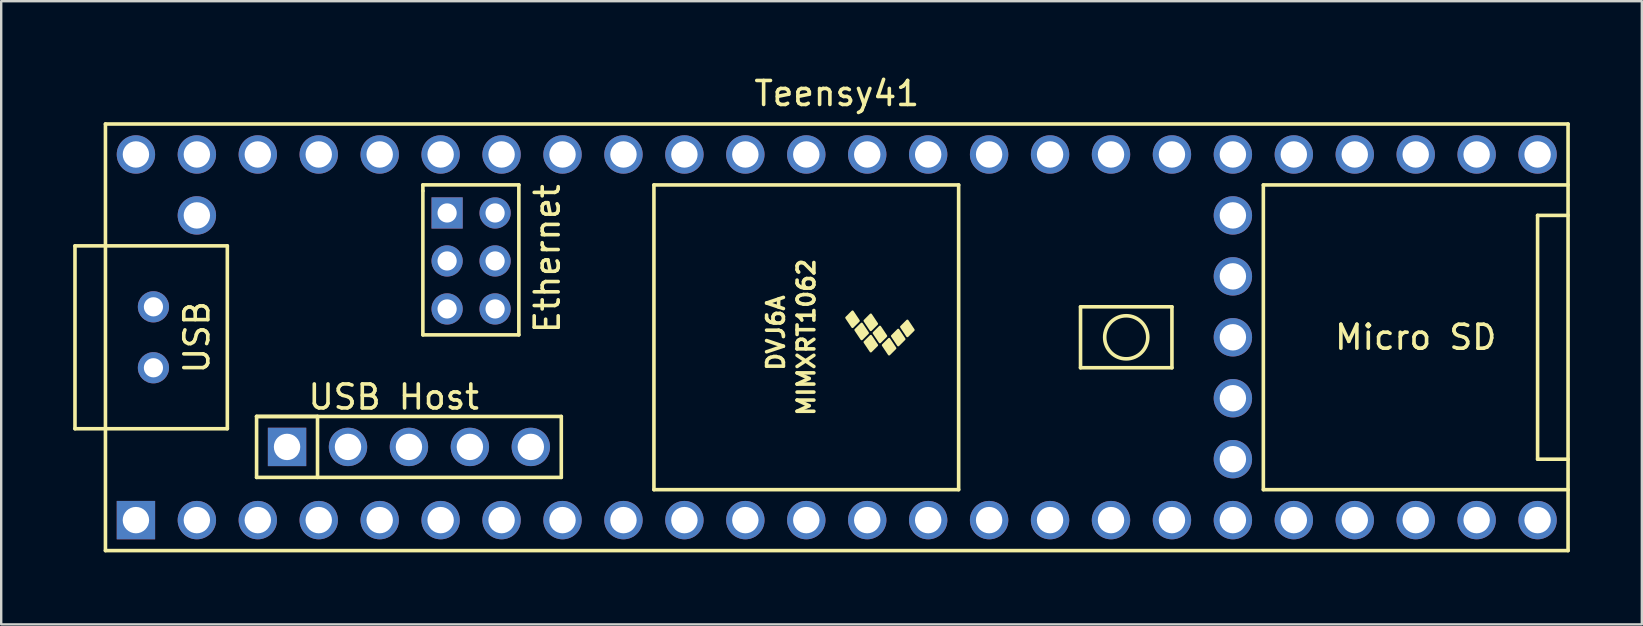
<source format=kicad_pcb>
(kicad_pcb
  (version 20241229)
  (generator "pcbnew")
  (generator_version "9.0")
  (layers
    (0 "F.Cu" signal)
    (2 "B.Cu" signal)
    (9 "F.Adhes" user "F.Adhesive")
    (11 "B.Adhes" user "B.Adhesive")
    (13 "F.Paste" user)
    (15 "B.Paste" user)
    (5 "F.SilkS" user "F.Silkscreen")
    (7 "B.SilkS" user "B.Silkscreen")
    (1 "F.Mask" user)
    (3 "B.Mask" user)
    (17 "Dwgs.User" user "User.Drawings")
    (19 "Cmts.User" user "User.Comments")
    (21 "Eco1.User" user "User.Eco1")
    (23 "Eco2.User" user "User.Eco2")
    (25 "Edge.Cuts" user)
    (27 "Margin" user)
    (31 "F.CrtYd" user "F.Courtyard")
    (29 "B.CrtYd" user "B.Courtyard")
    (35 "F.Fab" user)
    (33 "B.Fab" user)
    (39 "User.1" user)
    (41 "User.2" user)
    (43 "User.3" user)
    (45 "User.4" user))
  (footprint "Teensy41"
    (layer "F.Cu")
    (at 31.825 11.008)
    (property "Reference" "Teensy41" (at 0 -10.16 0) (layer "F.SilkS") (effects (font (size 1 1) (thickness 0.15))))
    (attr through_hole)
    (fp_line (start -31.75 -3.81) (end -30.48 -3.81) (stroke (width 0.15) (type solid)) (layer "F.SilkS"))
    (fp_line (start -31.75 3.81) (end -31.75 -3.81) (stroke (width 0.15) (type solid)) (layer "F.SilkS"))
    (fp_line (start -30.48 -8.89) (end 30.48 -8.89) (stroke (width 0.15) (type solid)) (layer "F.SilkS"))
    (fp_line (start -30.48 3.81) (end -31.75 3.81) (stroke (width 0.15) (type solid)) (layer "F.SilkS"))
    (fp_line (start -30.48 8.89) (end -30.48 -8.89) (stroke (width 0.15) (type solid)) (layer "F.SilkS"))
    (fp_line (start -25.4 -3.81) (end -30.48 -3.81) (stroke (width 0.15) (type solid)) (layer "F.SilkS"))
    (fp_line (start -25.4 3.81) (end -30.48 3.81) (stroke (width 0.15) (type solid)) (layer "F.SilkS"))
    (fp_line (start -25.4 3.81) (end -25.4 -3.81) (stroke (width 0.15) (type solid)) (layer "F.SilkS"))
    (fp_line (start -24.181 3.299) (end -21.641 3.299) (stroke (width 0.15) (type solid)) (layer "F.SilkS"))
    (fp_line (start -24.181 3.299) (end -11.481 3.299) (stroke (width 0.15) (type solid)) (layer "F.SilkS"))
    (fp_line (start -24.181 5.839) (end -24.181 3.299) (stroke (width 0.15) (type solid)) (layer "F.SilkS"))
    (fp_line (start -21.641 3.299) (end -21.641 5.839) (stroke (width 0.15) (type solid)) (layer "F.SilkS"))
    (fp_line (start -17.25 -6.352) (end -17.25 -6.102) (stroke (width 0.15) (type solid)) (layer "F.SilkS"))
    (fp_line (start -17.25 -6.102) (end -17.25 -0.102) (stroke (width 0.15) (type solid)) (layer "F.SilkS"))
    (fp_line (start -17.25 -0.102) (end -13.25 -0.102) (stroke (width 0.15) (type solid)) (layer "F.SilkS"))
    (fp_line (start -13.25 -6.352) (end -17.25 -6.352) (stroke (width 0.15) (type solid)) (layer "F.SilkS"))
    (fp_line (start -13.25 -0.102) (end -13.25 -6.352) (stroke (width 0.15) (type solid)) (layer "F.SilkS"))
    (fp_line (start -11.481 3.299) (end -11.481 5.839) (stroke (width 0.15) (type solid)) (layer "F.SilkS"))
    (fp_line (start -11.481 5.839) (end -24.181 5.839) (stroke (width 0.15) (type solid)) (layer "F.SilkS"))
    (fp_line (start -7.62 -6.35) (end -7.62 6.35) (stroke (width 0.15) (type solid)) (layer "F.SilkS"))
    (fp_line (start -7.62 6.35) (end 5.08 6.35) (stroke (width 0.15) (type solid)) (layer "F.SilkS"))
    (fp_line (start 5.08 -6.35) (end -7.62 -6.35) (stroke (width 0.15) (type solid)) (layer "F.SilkS"))
    (fp_line (start 5.08 6.35) (end 5.08 -6.35) (stroke (width 0.15) (type solid)) (layer "F.SilkS"))
    (fp_line (start 10.16 -1.27) (end 13.97 -1.27) (stroke (width 0.15) (type solid)) (layer "F.SilkS"))
    (fp_line (start 10.16 1.27) (end 10.16 -1.27) (stroke (width 0.15) (type solid)) (layer "F.SilkS"))
    (fp_line (start 13.97 -1.27) (end 13.97 1.27) (stroke (width 0.15) (type solid)) (layer "F.SilkS"))
    (fp_line (start 13.97 1.27) (end 10.16 1.27) (stroke (width 0.15) (type solid)) (layer "F.SilkS"))
    (fp_line (start 17.78 -6.35) (end 17.78 6.35) (stroke (width 0.15) (type solid)) (layer "F.SilkS"))
    (fp_line (start 17.78 6.35) (end 30.48 6.35) (stroke (width 0.15) (type solid)) (layer "F.SilkS"))
    (fp_line (start 29.21 -5.08) (end 29.21 5.08) (stroke (width 0.15) (type solid)) (layer "F.SilkS"))
    (fp_line (start 29.21 5.08) (end 30.48 5.08) (stroke (width 0.15) (type solid)) (layer "F.SilkS"))
    (fp_line (start 30.48 -8.89) (end 30.48 8.89) (stroke (width 0.15) (type solid)) (layer "F.SilkS"))
    (fp_line (start 30.48 -6.35) (end 17.78 -6.35) (stroke (width 0.15) (type solid)) (layer "F.SilkS"))
    (fp_line (start 30.48 -5.08) (end 29.21 -5.08) (stroke (width 0.15) (type solid)) (layer "F.SilkS"))
    (fp_line (start 30.48 8.89) (end -30.48 8.89) (stroke (width 0.15) (type solid)) (layer "F.SilkS"))
    (fp_circle (center 12.065 0) (end 12.7 -0.635) (stroke (width 0.15) (type solid)) (fill no) (layer "F.SilkS"))
    (fp_poly (pts (xy 0.911 -0.688) (xy 0.657 -0.434) (xy 0.403 -0.815) (xy 0.657 -1.069)) (stroke (width 0.1) (type solid)) (fill yes) (layer "F.SilkS"))
    (fp_poly (pts (xy 1.292 -0.18) (xy 1.038 0.074) (xy 0.784 -0.307) (xy 1.038 -0.561)) (stroke (width 0.1) (type solid)) (fill yes) (layer "F.SilkS"))
    (fp_poly (pts (xy 1.673 -0.561) (xy 1.419 -0.307) (xy 1.165 -0.688) (xy 1.419 -0.942)) (stroke (width 0.1) (type solid)) (fill yes) (layer "F.SilkS"))
    (fp_poly (pts (xy 1.673 0.328) (xy 1.419 0.582) (xy 1.165 0.201) (xy 1.419 -0.053)) (stroke (width 0.1) (type solid)) (fill yes) (layer "F.SilkS"))
    (fp_poly (pts (xy 2.054 -0.053) (xy 1.8 0.201) (xy 1.546 -0.18) (xy 1.8 -0.434)) (stroke (width 0.1) (type solid)) (fill yes) (layer "F.SilkS"))
    (fp_poly (pts (xy 2.435 0.455) (xy 2.181 0.709) (xy 1.927 0.328) (xy 2.181 0.074)) (stroke (width 0.1) (type solid)) (fill yes) (layer "F.SilkS"))
    (fp_poly (pts (xy 2.816 0.074) (xy 2.562 0.328) (xy 2.308 -0.053) (xy 2.562 -0.307)) (stroke (width 0.1) (type solid)) (fill yes) (layer "F.SilkS"))
    (fp_poly (pts (xy 3.197 -0.307) (xy 2.943 -0.053) (xy 2.689 -0.434) (xy 2.943 -0.688)) (stroke (width 0.1) (type solid)) (fill yes) (layer "F.SilkS"))
    (fp_text user "USB Host" (at -18.466 2.489 0) (layer "F.SilkS") (effects (font (size 1 1) (thickness 0.15))))
    (fp_text user "DVJ6A" (at -2.54 -0.18 270) (layer "F.SilkS") (effects (font (size 0.7 0.7) (thickness 0.15))))
    (fp_text user "MIMXRT1062" (at -1.27 0 270) (layer "F.SilkS") (effects (font (size 0.7 0.7) (thickness 0.15))))
    (fp_text user "Ethernet" (at -12.065 -3.277 90) (layer "F.SilkS") (effects (font (size 1 1) (thickness 0.15))))
    (fp_text user "USB" (at -26.67 0 270) (layer "F.SilkS") (effects (font (size 1 1) (thickness 0.15))))
    (fp_text user "Micro SD" (at 24.13 0 0) (layer "F.SilkS") (effects (font (size 1 1) (thickness 0.15))))
    (pad "1" thru_hole rect (at -29.21 7.62) (size 1.6 1.6) (drill 1.1) (layers "*.Cu" "*.Mask"))
    (pad "2" thru_hole circle (at -26.67 7.62) (size 1.6 1.6) (drill 1.1) (layers "*.Cu" "*.Mask"))
    (pad "3" thru_hole circle (at -24.13 7.62) (size 1.6 1.6) (drill 1.1) (layers "*.Cu" "*.Mask"))
    (pad "4" thru_hole circle (at -21.59 7.62) (size 1.6 1.6) (drill 1.1) (layers "*.Cu" "*.Mask"))
    (pad "5" thru_hole circle (at -19.05 7.62) (size 1.6 1.6) (drill 1.1) (layers "*.Cu" "*.Mask"))
    (pad "6" thru_hole circle (at -16.51 7.62) (size 1.6 1.6) (drill 1.1) (layers "*.Cu" "*.Mask"))
    (pad "7" thru_hole circle (at -13.97 7.62) (size 1.6 1.6) (drill 1.1) (layers "*.Cu" "*.Mask"))
    (pad "8" thru_hole circle (at -11.43 7.62) (size 1.6 1.6) (drill 1.1) (layers "*.Cu" "*.Mask"))
    (pad "9" thru_hole circle (at -8.89 7.62) (size 1.6 1.6) (drill 1.1) (layers "*.Cu" "*.Mask"))
    (pad "10" thru_hole circle (at -6.35 7.62) (size 1.6 1.6) (drill 1.1) (layers "*.Cu" "*.Mask"))
    (pad "11" thru_hole circle (at -3.81 7.62) (size 1.6 1.6) (drill 1.1) (layers "*.Cu" "*.Mask"))
    (pad "12" thru_hole circle (at -1.27 7.62) (size 1.6 1.6) (drill 1.1) (layers "*.Cu" "*.Mask"))
    (pad "13" thru_hole circle (at 1.27 7.62) (size 1.6 1.6) (drill 1.1) (layers "*.Cu" "*.Mask"))
    (pad "14" thru_hole circle (at 3.81 7.62) (size 1.6 1.6) (drill 1.1) (layers "*.Cu" "*.Mask"))
    (pad "15" thru_hole circle (at 6.35 7.62) (size 1.6 1.6) (drill 1.1) (layers "*.Cu" "*.Mask"))
    (pad "16" thru_hole circle (at 8.89 7.62) (size 1.6 1.6) (drill 1.1) (layers "*.Cu" "*.Mask"))
    (pad "17" thru_hole circle (at 11.43 7.62) (size 1.6 1.6) (drill 1.1) (layers "*.Cu" "*.Mask"))
    (pad "18" thru_hole circle (at 13.97 7.62) (size 1.6 1.6) (drill 1.1) (layers "*.Cu" "*.Mask"))
    (pad "19" thru_hole circle (at 16.51 7.62) (size 1.6 1.6) (drill 1.1) (layers "*.Cu" "*.Mask"))
    (pad "20" thru_hole circle (at 19.05 7.62) (size 1.6 1.6) (drill 1.1) (layers "*.Cu" "*.Mask"))
    (pad "21" thru_hole circle (at 21.59 7.62) (size 1.6 1.6) (drill 1.1) (layers "*.Cu" "*.Mask"))
    (pad "22" thru_hole circle (at 24.13 7.62) (size 1.6 1.6) (drill 1.1) (layers "*.Cu" "*.Mask"))
    (pad "23" thru_hole circle (at 26.67 7.62) (size 1.6 1.6) (drill 1.1) (layers "*.Cu" "*.Mask"))
    (pad "24" thru_hole circle (at 29.21 7.62) (size 1.6 1.6) (drill 1.1) (layers "*.Cu" "*.Mask"))
    (pad "25" thru_hole circle (at 29.21 -7.62) (size 1.6 1.6) (drill 1.1) (layers "*.Cu" "*.Mask"))
    (pad "26" thru_hole circle (at 26.67 -7.62) (size 1.6 1.6) (drill 1.1) (layers "*.Cu" "*.Mask"))
    (pad "27" thru_hole circle (at 24.13 -7.62) (size 1.6 1.6) (drill 1.1) (layers "*.Cu" "*.Mask"))
    (pad "28" thru_hole circle (at 21.59 -7.62) (size 1.6 1.6) (drill 1.1) (layers "*.Cu" "*.Mask"))
    (pad "29" thru_hole circle (at 19.05 -7.62) (size 1.6 1.6) (drill 1.1) (layers "*.Cu" "*.Mask"))
    (pad "30" thru_hole circle (at 16.51 -7.62) (size 1.6 1.6) (drill 1.1) (layers "*.Cu" "*.Mask"))
    (pad "31" thru_hole circle (at 13.97 -7.62) (size 1.6 1.6) (drill 1.1) (layers "*.Cu" "*.Mask"))
    (pad "32" thru_hole circle (at 11.43 -7.62) (size 1.6 1.6) (drill 1.1) (layers "*.Cu" "*.Mask"))
    (pad "33" thru_hole circle (at 8.89 -7.62) (size 1.6 1.6) (drill 1.1) (layers "*.Cu" "*.Mask"))
    (pad "34" thru_hole circle (at 6.35 -7.62) (size 1.6 1.6) (drill 1.1) (layers "*.Cu" "*.Mask"))
    (pad "35" thru_hole circle (at 3.81 -7.62) (size 1.6 1.6) (drill 1.1) (layers "*.Cu" "*.Mask"))
    (pad "36" thru_hole circle (at 1.27 -7.62) (size 1.6 1.6) (drill 1.1) (layers "*.Cu" "*.Mask"))
    (pad "37" thru_hole circle (at -1.27 -7.62) (size 1.6 1.6) (drill 1.1) (layers "*.Cu" "*.Mask"))
    (pad "38" thru_hole circle (at -3.81 -7.62) (size 1.6 1.6) (drill 1.1) (layers "*.Cu" "*.Mask"))
    (pad "39" thru_hole circle (at -6.35 -7.62) (size 1.6 1.6) (drill 1.1) (layers "*.Cu" "*.Mask"))
    (pad "40" thru_hole circle (at -8.89 -7.62) (size 1.6 1.6) (drill 1.1) (layers "*.Cu" "*.Mask"))
    (pad "41" thru_hole circle (at -11.43 -7.62) (size 1.6 1.6) (drill 1.1) (layers "*.Cu" "*.Mask"))
    (pad "42" thru_hole circle (at -13.97 -7.62) (size 1.6 1.6) (drill 1.1) (layers "*.Cu" "*.Mask"))
    (pad "43" thru_hole circle (at -16.51 -7.62) (size 1.6 1.6) (drill 1.1) (layers "*.Cu" "*.Mask"))
    (pad "44" thru_hole circle (at -19.05 -7.62) (size 1.6 1.6) (drill 1.1) (layers "*.Cu" "*.Mask"))
    (pad "45" thru_hole circle (at -21.59 -7.62) (size 1.6 1.6) (drill 1.1) (layers "*.Cu" "*.Mask"))
    (pad "46" thru_hole circle (at -24.13 -7.62) (size 1.6 1.6) (drill 1.1) (layers "*.Cu" "*.Mask"))
    (pad "47" thru_hole circle (at -26.67 -7.62) (size 1.6 1.6) (drill 1.1) (layers "*.Cu" "*.Mask"))
    (pad "48" thru_hole circle (at -29.21 -7.62) (size 1.6 1.6) (drill 1.1) (layers "*.Cu" "*.Mask"))
    (pad "49" thru_hole circle (at -26.67 -5.08) (size 1.6 1.6) (drill 1.1) (layers "*.Cu" "*.Mask"))
    (pad "50" thru_hole circle (at 16.51 5.08) (size 1.6 1.6) (drill 1.1) (layers "*.Cu" "*.Mask"))
    (pad "51" thru_hole circle (at 16.51 2.54) (size 1.6 1.6) (drill 1.1) (layers "*.Cu" "*.Mask"))
    (pad "52" thru_hole circle (at 16.51 0) (size 1.6 1.6) (drill 1.1) (layers "*.Cu" "*.Mask"))
    (pad "53" thru_hole circle (at 16.51 -2.54) (size 1.6 1.6) (drill 1.1) (layers "*.Cu" "*.Mask"))
    (pad "54" thru_hole circle (at 16.51 -5.08) (size 1.6 1.6) (drill 1.1) (layers "*.Cu" "*.Mask"))
    (pad "55" thru_hole rect (at -22.911 4.569) (size 1.6 1.6) (drill 1.1) (layers "*.Cu" "*.Mask"))
    (pad "56" thru_hole circle (at -20.371 4.569) (size 1.6 1.6) (drill 1.1) (layers "*.Cu" "*.Mask"))
    (pad "57" thru_hole circle (at -17.831 4.569) (size 1.6 1.6) (drill 1.1) (layers "*.Cu" "*.Mask"))
    (pad "58" thru_hole circle (at -15.291 4.569) (size 1.6 1.6) (drill 1.1) (layers "*.Cu" "*.Mask"))
    (pad "59" thru_hole circle (at -12.751 4.569) (size 1.6 1.6) (drill 1.1) (layers "*.Cu" "*.Mask"))
    (pad "60" thru_hole rect (at -16.24 -5.182) (size 1.3 1.3) (drill 0.8) (layers "*.Cu" "*.Mask"))
    (pad "61" thru_hole circle (at -16.24 -3.182) (size 1.3 1.3) (drill 0.8) (layers "*.Cu" "*.Mask"))
    (pad "62" thru_hole circle (at -16.24 -1.182) (size 1.3 1.3) (drill 0.8) (layers "*.Cu" "*.Mask"))
    (pad "63" thru_hole circle (at -14.24 -1.182) (size 1.3 1.3) (drill 0.8) (layers "*.Cu" "*.Mask"))
    (pad "64" thru_hole circle (at -14.24 -3.182) (size 1.3 1.3) (drill 0.8) (layers "*.Cu" "*.Mask"))
    (pad "65" thru_hole circle (at -14.24 -5.182) (size 1.3 1.3) (drill 0.8) (layers "*.Cu" "*.Mask"))
    (pad "66" thru_hole circle (at -28.48 -1.27) (size 1.3 1.3) (drill 0.8) (layers "*.Cu" "*.Mask"))
    (pad "67" thru_hole circle (at -28.48 1.27) (size 1.3 1.3) (drill 0.8) (layers "*.Cu" "*.Mask")))
  (gr_rect
    (start -3 -3)
    (end 65.38 22.973)
    (stroke (width 0.1) (type default))
    (fill no)
    (layer "Edge.Cuts")))
</source>
